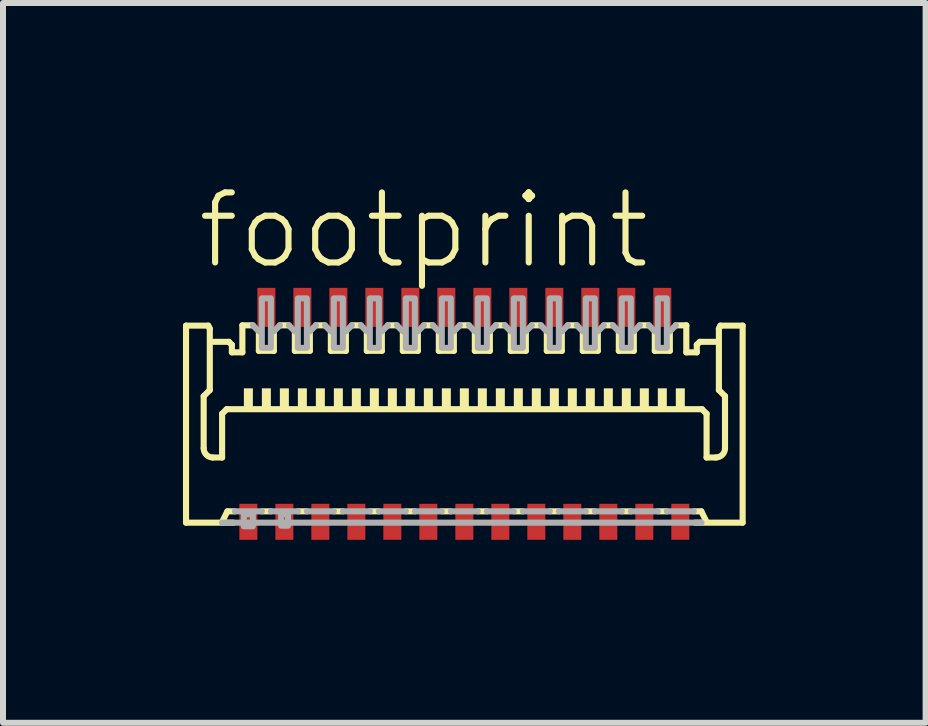
<source format=kicad_pcb>
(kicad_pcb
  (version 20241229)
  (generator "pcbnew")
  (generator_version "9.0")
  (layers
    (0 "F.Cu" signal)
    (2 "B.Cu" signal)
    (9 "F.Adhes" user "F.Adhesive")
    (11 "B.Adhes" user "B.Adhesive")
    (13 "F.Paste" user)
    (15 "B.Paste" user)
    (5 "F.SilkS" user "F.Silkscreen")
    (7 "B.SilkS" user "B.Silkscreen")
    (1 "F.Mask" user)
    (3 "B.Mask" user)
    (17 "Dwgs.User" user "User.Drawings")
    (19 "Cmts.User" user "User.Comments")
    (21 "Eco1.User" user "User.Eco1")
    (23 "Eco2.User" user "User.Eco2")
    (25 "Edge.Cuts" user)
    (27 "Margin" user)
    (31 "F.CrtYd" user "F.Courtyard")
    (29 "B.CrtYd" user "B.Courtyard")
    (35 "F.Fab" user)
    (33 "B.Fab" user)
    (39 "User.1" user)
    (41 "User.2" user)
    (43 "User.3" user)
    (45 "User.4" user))
  (footprint "footprint"
    (layer "F.Cu")
    (at 4.69 3.873)
    (property "Reference" "footprint" (at -4.5 -2.4 0) (layer "F.SilkS") (effects (font (size 1.168 1.168) (thickness 0.102)) (justify left bottom)))
    (fp_poly (pts (xy -3.8 2.125) (xy -3.4 2.125) (xy -3.4 1.425) (xy -3.8 1.425)) (stroke (width 0) (type solid)) (fill yes) (layer "F.Mask"))
    (fp_poly (pts (xy -3.5 -1.425) (xy -3.1 -1.425) (xy -3.1 -2.175) (xy -3.5 -2.175)) (stroke (width 0) (type solid)) (fill yes) (layer "F.Mask"))
    (fp_poly (pts (xy -3.2 2.125) (xy -2.8 2.125) (xy -2.8 1.425) (xy -3.2 1.425)) (stroke (width 0) (type solid)) (fill yes) (layer "F.Mask"))
    (fp_poly (pts (xy -2.9 -1.425) (xy -2.5 -1.425) (xy -2.5 -2.175) (xy -2.9 -2.175)) (stroke (width 0) (type solid)) (fill yes) (layer "F.Mask"))
    (fp_poly (pts (xy -2.6 2.125) (xy -2.2 2.125) (xy -2.2 1.425) (xy -2.6 1.425)) (stroke (width 0) (type solid)) (fill yes) (layer "F.Mask"))
    (fp_poly (pts (xy -2.3 -1.425) (xy -1.9 -1.425) (xy -1.9 -2.175) (xy -2.3 -2.175)) (stroke (width 0) (type solid)) (fill yes) (layer "F.Mask"))
    (fp_poly (pts (xy -2 2.125) (xy -1.6 2.125) (xy -1.6 1.425) (xy -2 1.425)) (stroke (width 0) (type solid)) (fill yes) (layer "F.Mask"))
    (fp_poly (pts (xy -1.7 -1.425) (xy -1.3 -1.425) (xy -1.3 -2.175) (xy -1.7 -2.175)) (stroke (width 0) (type solid)) (fill yes) (layer "F.Mask"))
    (fp_poly (pts (xy -1.4 2.125) (xy -1 2.125) (xy -1 1.425) (xy -1.4 1.425)) (stroke (width 0) (type solid)) (fill yes) (layer "F.Mask"))
    (fp_poly (pts (xy -1.1 -1.425) (xy -0.7 -1.425) (xy -0.7 -2.175) (xy -1.1 -2.175)) (stroke (width 0) (type solid)) (fill yes) (layer "F.Mask"))
    (fp_poly (pts (xy -0.8 2.125) (xy -0.4 2.125) (xy -0.4 1.425) (xy -0.8 1.425)) (stroke (width 0) (type solid)) (fill yes) (layer "F.Mask"))
    (fp_poly (pts (xy -0.5 -1.425) (xy -0.1 -1.425) (xy -0.1 -2.175) (xy -0.5 -2.175)) (stroke (width 0) (type solid)) (fill yes) (layer "F.Mask"))
    (fp_poly (pts (xy -0.2 2.125) (xy 0.2 2.125) (xy 0.2 1.425) (xy -0.2 1.425)) (stroke (width 0) (type solid)) (fill yes) (layer "F.Mask"))
    (fp_poly (pts (xy 0.1 -1.425) (xy 0.5 -1.425) (xy 0.5 -2.175) (xy 0.1 -2.175)) (stroke (width 0) (type solid)) (fill yes) (layer "F.Mask"))
    (fp_poly (pts (xy 0.4 2.125) (xy 0.8 2.125) (xy 0.8 1.425) (xy 0.4 1.425)) (stroke (width 0) (type solid)) (fill yes) (layer "F.Mask"))
    (fp_poly (pts (xy 0.7 -1.425) (xy 1.1 -1.425) (xy 1.1 -2.175) (xy 0.7 -2.175)) (stroke (width 0) (type solid)) (fill yes) (layer "F.Mask"))
    (fp_poly (pts (xy 1 2.125) (xy 1.4 2.125) (xy 1.4 1.425) (xy 1 1.425)) (stroke (width 0) (type solid)) (fill yes) (layer "F.Mask"))
    (fp_poly (pts (xy 1.3 -1.425) (xy 1.7 -1.425) (xy 1.7 -2.175) (xy 1.3 -2.175)) (stroke (width 0) (type solid)) (fill yes) (layer "F.Mask"))
    (fp_poly (pts (xy 1.6 2.125) (xy 2 2.125) (xy 2 1.425) (xy 1.6 1.425)) (stroke (width 0) (type solid)) (fill yes) (layer "F.Mask"))
    (fp_poly (pts (xy 1.9 -1.425) (xy 2.3 -1.425) (xy 2.3 -2.175) (xy 1.9 -2.175)) (stroke (width 0) (type solid)) (fill yes) (layer "F.Mask"))
    (fp_poly (pts (xy 2.2 2.125) (xy 2.6 2.125) (xy 2.6 1.425) (xy 2.2 1.425)) (stroke (width 0) (type solid)) (fill yes) (layer "F.Mask"))
    (fp_poly (pts (xy 2.5 -1.425) (xy 2.9 -1.425) (xy 2.9 -2.175) (xy 2.5 -2.175)) (stroke (width 0) (type solid)) (fill yes) (layer "F.Mask"))
    (fp_poly (pts (xy 2.8 2.125) (xy 3.2 2.125) (xy 3.2 1.425) (xy 2.8 1.425)) (stroke (width 0) (type solid)) (fill yes) (layer "F.Mask"))
    (fp_poly (pts (xy 3.1 -1.425) (xy 3.5 -1.425) (xy 3.5 -2.175) (xy 3.1 -2.175)) (stroke (width 0) (type solid)) (fill yes) (layer "F.Mask"))
    (fp_poly (pts (xy 3.4 2.125) (xy 3.8 2.125) (xy 3.8 1.425) (xy 3.4 1.425)) (stroke (width 0) (type solid)) (fill yes) (layer "F.Mask"))
    (fp_line (start -4.639 -1.495) (end -4.268 -1.495) (stroke (width 0.102) (type solid)) (layer "F.SilkS"))
    (fp_line (start -4.639 1.789) (end -4.639 -1.495) (stroke (width 0.102) (type solid)) (layer "F.SilkS"))
    (fp_line (start -4.345 -0.319) (end -4.345 0.549) (stroke (width 0.102) (type solid)) (layer "F.SilkS"))
    (fp_line (start -4.268 -1.495) (end -4.243 -1.444) (stroke (width 0.102) (type solid)) (layer "F.SilkS"))
    (fp_line (start -4.243 -1.444) (end -4.243 -0.422) (stroke (width 0.102) (type solid)) (layer "F.SilkS"))
    (fp_line (start -4.243 -0.422) (end -4.345 -0.319) (stroke (width 0.102) (type solid)) (layer "F.SilkS"))
    (fp_line (start -4.192 0.703) (end -4.038 0.703) (stroke (width 0.102) (type solid)) (layer "F.SilkS"))
    (fp_line (start -4.175 -1.225) (end -3.925 -1.225) (stroke (width 0.102) (type solid)) (layer "F.SilkS"))
    (fp_line (start -4.038 -0.026) (end -3.962 -0.102) (stroke (width 0.102) (type solid)) (layer "F.SilkS"))
    (fp_line (start -4.038 0.703) (end -4.038 -0.026) (stroke (width 0.102) (type solid)) (layer "F.SilkS"))
    (fp_line (start -4.025 1.751) (end -3.95 1.6) (stroke (width 0.102) (type solid)) (layer "F.SilkS"))
    (fp_line (start -3.95 1.6) (end -3.825 1.6) (stroke (width 0.102) (type solid)) (layer "F.SilkS"))
    (fp_line (start -3.925 -1.225) (end -3.875 -1.175) (stroke (width 0.102) (type solid)) (layer "F.SilkS"))
    (fp_line (start -3.875 -1.175) (end -3.875 -1.05) (stroke (width 0.102) (type solid)) (layer "F.SilkS"))
    (fp_line (start -3.875 -1.05) (end -3.7 -1.05) (stroke (width 0.102) (type solid)) (layer "F.SilkS"))
    (fp_line (start -3.847 1.789) (end -4.639 1.789) (stroke (width 0.102) (type solid)) (layer "F.SilkS"))
    (fp_line (start -3.7 -1.5) (end -3.525 -1.5) (stroke (width 0.102) (type solid)) (layer "F.SilkS"))
    (fp_line (start -3.7 -1.05) (end -3.7 -1.5) (stroke (width 0.102) (type solid)) (layer "F.SilkS"))
    (fp_line (start -3.425 -1.4) (end -3.425 -1.075) (stroke (width 0.102) (type solid)) (layer "F.SilkS"))
    (fp_line (start -3.425 -1.075) (end -3.175 -1.075) (stroke (width 0.102) (type solid)) (layer "F.SilkS"))
    (fp_line (start -3.375 1.6) (end -3.225 1.6) (stroke (width 0.102) (type solid)) (layer "F.SilkS"))
    (fp_line (start -3.175 -1.075) (end -3.175 -1.4) (stroke (width 0.102) (type solid)) (layer "F.SilkS"))
    (fp_line (start -3.075 -1.5) (end -2.925 -1.5) (stroke (width 0.102) (type solid)) (layer "F.SilkS"))
    (fp_line (start -2.825 -1.4) (end -2.825 -1.075) (stroke (width 0.102) (type solid)) (layer "F.SilkS"))
    (fp_line (start -2.825 -1.075) (end -2.575 -1.075) (stroke (width 0.102) (type solid)) (layer "F.SilkS"))
    (fp_line (start -2.775 1.6) (end -2.625 1.6) (stroke (width 0.102) (type solid)) (layer "F.SilkS"))
    (fp_line (start -2.575 -1.075) (end -2.575 -1.4) (stroke (width 0.102) (type solid)) (layer "F.SilkS"))
    (fp_line (start -2.475 -1.5) (end -2.325 -1.5) (stroke (width 0.102) (type solid)) (layer "F.SilkS"))
    (fp_line (start -2.225 -1.4) (end -2.225 -1.075) (stroke (width 0.102) (type solid)) (layer "F.SilkS"))
    (fp_line (start -2.225 -1.075) (end -1.975 -1.075) (stroke (width 0.102) (type solid)) (layer "F.SilkS"))
    (fp_line (start -2.175 1.6) (end -2.025 1.6) (stroke (width 0.102) (type solid)) (layer "F.SilkS"))
    (fp_line (start -1.975 -1.075) (end -1.975 -1.4) (stroke (width 0.102) (type solid)) (layer "F.SilkS"))
    (fp_line (start -1.875 -1.5) (end -1.725 -1.5) (stroke (width 0.102) (type solid)) (layer "F.SilkS"))
    (fp_line (start -1.625 -1.4) (end -1.625 -1.075) (stroke (width 0.102) (type solid)) (layer "F.SilkS"))
    (fp_line (start -1.625 -1.075) (end -1.375 -1.075) (stroke (width 0.102) (type solid)) (layer "F.SilkS"))
    (fp_line (start -1.575 1.6) (end -1.425 1.6) (stroke (width 0.102) (type solid)) (layer "F.SilkS"))
    (fp_line (start -1.375 -1.075) (end -1.375 -1.4) (stroke (width 0.102) (type solid)) (layer "F.SilkS"))
    (fp_line (start -1.275 -1.5) (end -1.125 -1.5) (stroke (width 0.102) (type solid)) (layer "F.SilkS"))
    (fp_line (start -1.025 -1.4) (end -1.025 -1.075) (stroke (width 0.102) (type solid)) (layer "F.SilkS"))
    (fp_line (start -1.025 -1.075) (end -0.775 -1.075) (stroke (width 0.102) (type solid)) (layer "F.SilkS"))
    (fp_line (start -0.975 1.6) (end -0.825 1.6) (stroke (width 0.102) (type solid)) (layer "F.SilkS"))
    (fp_line (start -0.775 -1.075) (end -0.775 -1.4) (stroke (width 0.102) (type solid)) (layer "F.SilkS"))
    (fp_line (start -0.675 -1.5) (end -0.525 -1.5) (stroke (width 0.102) (type solid)) (layer "F.SilkS"))
    (fp_line (start -0.425 -1.4) (end -0.425 -1.075) (stroke (width 0.102) (type solid)) (layer "F.SilkS"))
    (fp_line (start -0.425 -1.075) (end -0.175 -1.075) (stroke (width 0.102) (type solid)) (layer "F.SilkS"))
    (fp_line (start -0.375 1.6) (end -0.225 1.6) (stroke (width 0.102) (type solid)) (layer "F.SilkS"))
    (fp_line (start -0.175 -1.075) (end -0.175 -1.4) (stroke (width 0.102) (type solid)) (layer "F.SilkS"))
    (fp_line (start -0.075 -1.5) (end 0.075 -1.5) (stroke (width 0.102) (type solid)) (layer "F.SilkS"))
    (fp_line (start 0.175 -1.4) (end 0.175 -1.075) (stroke (width 0.102) (type solid)) (layer "F.SilkS"))
    (fp_line (start 0.175 -1.075) (end 0.425 -1.075) (stroke (width 0.102) (type solid)) (layer "F.SilkS"))
    (fp_line (start 0.225 1.6) (end 0.375 1.6) (stroke (width 0.102) (type solid)) (layer "F.SilkS"))
    (fp_line (start 0.425 -1.075) (end 0.425 -1.4) (stroke (width 0.102) (type solid)) (layer "F.SilkS"))
    (fp_line (start 0.525 -1.5) (end 0.675 -1.5) (stroke (width 0.102) (type solid)) (layer "F.SilkS"))
    (fp_line (start 0.775 -1.4) (end 0.775 -1.075) (stroke (width 0.102) (type solid)) (layer "F.SilkS"))
    (fp_line (start 0.775 -1.075) (end 1.025 -1.075) (stroke (width 0.102) (type solid)) (layer "F.SilkS"))
    (fp_line (start 0.825 1.6) (end 0.975 1.6) (stroke (width 0.102) (type solid)) (layer "F.SilkS"))
    (fp_line (start 1.025 -1.075) (end 1.025 -1.4) (stroke (width 0.102) (type solid)) (layer "F.SilkS"))
    (fp_line (start 1.125 -1.5) (end 1.275 -1.5) (stroke (width 0.102) (type solid)) (layer "F.SilkS"))
    (fp_line (start 1.375 -1.4) (end 1.375 -1.075) (stroke (width 0.102) (type solid)) (layer "F.SilkS"))
    (fp_line (start 1.375 -1.075) (end 1.625 -1.075) (stroke (width 0.102) (type solid)) (layer "F.SilkS"))
    (fp_line (start 1.425 1.6) (end 1.575 1.6) (stroke (width 0.102) (type solid)) (layer "F.SilkS"))
    (fp_line (start 1.625 -1.075) (end 1.625 -1.4) (stroke (width 0.102) (type solid)) (layer "F.SilkS"))
    (fp_line (start 1.725 -1.5) (end 1.875 -1.5) (stroke (width 0.102) (type solid)) (layer "F.SilkS"))
    (fp_line (start 1.975 -1.4) (end 1.975 -1.075) (stroke (width 0.102) (type solid)) (layer "F.SilkS"))
    (fp_line (start 1.975 -1.075) (end 2.225 -1.075) (stroke (width 0.102) (type solid)) (layer "F.SilkS"))
    (fp_line (start 2.025 1.6) (end 2.175 1.6) (stroke (width 0.102) (type solid)) (layer "F.SilkS"))
    (fp_line (start 2.225 -1.075) (end 2.225 -1.4) (stroke (width 0.102) (type solid)) (layer "F.SilkS"))
    (fp_line (start 2.325 -1.5) (end 2.475 -1.5) (stroke (width 0.102) (type solid)) (layer "F.SilkS"))
    (fp_line (start 2.575 -1.4) (end 2.575 -1.075) (stroke (width 0.102) (type solid)) (layer "F.SilkS"))
    (fp_line (start 2.575 -1.075) (end 2.825 -1.075) (stroke (width 0.102) (type solid)) (layer "F.SilkS"))
    (fp_line (start 2.625 1.6) (end 2.775 1.6) (stroke (width 0.102) (type solid)) (layer "F.SilkS"))
    (fp_line (start 2.825 -1.075) (end 2.825 -1.4) (stroke (width 0.102) (type solid)) (layer "F.SilkS"))
    (fp_line (start 2.925 -1.5) (end 3.075 -1.5) (stroke (width 0.102) (type solid)) (layer "F.SilkS"))
    (fp_line (start 3.175 -1.4) (end 3.175 -1.075) (stroke (width 0.102) (type solid)) (layer "F.SilkS"))
    (fp_line (start 3.175 -1.075) (end 3.425 -1.075) (stroke (width 0.102) (type solid)) (layer "F.SilkS"))
    (fp_line (start 3.225 1.6) (end 3.375 1.6) (stroke (width 0.102) (type solid)) (layer "F.SilkS"))
    (fp_line (start 3.425 -1.075) (end 3.425 -1.4) (stroke (width 0.102) (type solid)) (layer "F.SilkS"))
    (fp_line (start 3.525 -1.5) (end 3.7 -1.5) (stroke (width 0.102) (type solid)) (layer "F.SilkS"))
    (fp_line (start 3.7 -1.05) (end 3.7 -1.5) (stroke (width 0.102) (type solid)) (layer "F.SilkS"))
    (fp_line (start 3.847 1.789) (end 4.639 1.789) (stroke (width 0.102) (type solid)) (layer "F.SilkS"))
    (fp_line (start 3.875 -1.175) (end 3.875 -1.05) (stroke (width 0.102) (type solid)) (layer "F.SilkS"))
    (fp_line (start 3.875 -1.05) (end 3.7 -1.05) (stroke (width 0.102) (type solid)) (layer "F.SilkS"))
    (fp_line (start 3.925 -1.225) (end 3.875 -1.175) (stroke (width 0.102) (type solid)) (layer "F.SilkS"))
    (fp_line (start 3.95 1.6) (end 3.825 1.6) (stroke (width 0.102) (type solid)) (layer "F.SilkS"))
    (fp_line (start 3.962 -0.102) (end -3.962 -0.102) (stroke (width 0.102) (type solid)) (layer "F.SilkS"))
    (fp_line (start 4.025 1.751) (end 3.95 1.6) (stroke (width 0.102) (type solid)) (layer "F.SilkS"))
    (fp_line (start 4.038 -0.026) (end 3.962 -0.102) (stroke (width 0.102) (type solid)) (layer "F.SilkS"))
    (fp_line (start 4.038 0.703) (end 4.038 -0.026) (stroke (width 0.102) (type solid)) (layer "F.SilkS"))
    (fp_line (start 4.175 -1.225) (end 3.925 -1.225) (stroke (width 0.102) (type solid)) (layer "F.SilkS"))
    (fp_line (start 4.192 0.703) (end 4.038 0.703) (stroke (width 0.102) (type solid)) (layer "F.SilkS"))
    (fp_line (start 4.243 -1.444) (end 4.243 -0.422) (stroke (width 0.102) (type solid)) (layer "F.SilkS"))
    (fp_line (start 4.243 -0.422) (end 4.345 -0.319) (stroke (width 0.102) (type solid)) (layer "F.SilkS"))
    (fp_line (start 4.268 -1.495) (end 4.243 -1.444) (stroke (width 0.102) (type solid)) (layer "F.SilkS"))
    (fp_line (start 4.345 -0.319) (end 4.345 0.549) (stroke (width 0.102) (type solid)) (layer "F.SilkS"))
    (fp_line (start 4.639 -1.495) (end 4.268 -1.495) (stroke (width 0.102) (type solid)) (layer "F.SilkS"))
    (fp_line (start 4.639 1.789) (end 4.639 -1.495) (stroke (width 0.102) (type solid)) (layer "F.SilkS"))
    (fp_arc (start -4.191557 0.702843) (mid -4.299991 0.657929) (end -4.344906 0.549496) (stroke (width 0.1016) (type solid)) (layer "F.SilkS"))
    (fp_arc (start 4.344906 0.549496) (mid 4.299991 0.657929) (end 4.191557 0.702843) (stroke (width 0.1016) (type solid)) (layer "F.SilkS"))
    (fp_poly (pts (xy -3.675 -0.125) (xy -3.525 -0.125) (xy -3.525 -0.45) (xy -3.675 -0.45)) (stroke (width 0) (type solid)) (fill yes) (layer "F.SilkS"))
    (fp_poly (pts (xy -3.375 -0.125) (xy -3.225 -0.125) (xy -3.225 -0.45) (xy -3.375 -0.45)) (stroke (width 0) (type solid)) (fill yes) (layer "F.SilkS"))
    (fp_poly (pts (xy -3.075 -0.125) (xy -2.925 -0.125) (xy -2.925 -0.45) (xy -3.075 -0.45)) (stroke (width 0) (type solid)) (fill yes) (layer "F.SilkS"))
    (fp_poly (pts (xy -2.775 -0.125) (xy -2.625 -0.125) (xy -2.625 -0.45) (xy -2.775 -0.45)) (stroke (width 0) (type solid)) (fill yes) (layer "F.SilkS"))
    (fp_poly (pts (xy -2.475 -0.125) (xy -2.325 -0.125) (xy -2.325 -0.45) (xy -2.475 -0.45)) (stroke (width 0) (type solid)) (fill yes) (layer "F.SilkS"))
    (fp_poly (pts (xy -2.175 -0.125) (xy -2.025 -0.125) (xy -2.025 -0.45) (xy -2.175 -0.45)) (stroke (width 0) (type solid)) (fill yes) (layer "F.SilkS"))
    (fp_poly (pts (xy -1.875 -0.125) (xy -1.725 -0.125) (xy -1.725 -0.45) (xy -1.875 -0.45)) (stroke (width 0) (type solid)) (fill yes) (layer "F.SilkS"))
    (fp_poly (pts (xy -1.575 -0.125) (xy -1.425 -0.125) (xy -1.425 -0.45) (xy -1.575 -0.45)) (stroke (width 0) (type solid)) (fill yes) (layer "F.SilkS"))
    (fp_poly (pts (xy -1.275 -0.125) (xy -1.125 -0.125) (xy -1.125 -0.45) (xy -1.275 -0.45)) (stroke (width 0) (type solid)) (fill yes) (layer "F.SilkS"))
    (fp_poly (pts (xy -0.975 -0.125) (xy -0.825 -0.125) (xy -0.825 -0.45) (xy -0.975 -0.45)) (stroke (width 0) (type solid)) (fill yes) (layer "F.SilkS"))
    (fp_poly (pts (xy -0.675 -0.125) (xy -0.525 -0.125) (xy -0.525 -0.45) (xy -0.675 -0.45)) (stroke (width 0) (type solid)) (fill yes) (layer "F.SilkS"))
    (fp_poly (pts (xy -0.375 -0.125) (xy -0.225 -0.125) (xy -0.225 -0.45) (xy -0.375 -0.45)) (stroke (width 0) (type solid)) (fill yes) (layer "F.SilkS"))
    (fp_poly (pts (xy -0.075 -0.125) (xy 0.075 -0.125) (xy 0.075 -0.45) (xy -0.075 -0.45)) (stroke (width 0) (type solid)) (fill yes) (layer "F.SilkS"))
    (fp_poly (pts (xy 0.225 -0.125) (xy 0.375 -0.125) (xy 0.375 -0.45) (xy 0.225 -0.45)) (stroke (width 0) (type solid)) (fill yes) (layer "F.SilkS"))
    (fp_poly (pts (xy 0.525 -0.125) (xy 0.675 -0.125) (xy 0.675 -0.45) (xy 0.525 -0.45)) (stroke (width 0) (type solid)) (fill yes) (layer "F.SilkS"))
    (fp_poly (pts (xy 0.825 -0.125) (xy 0.975 -0.125) (xy 0.975 -0.45) (xy 0.825 -0.45)) (stroke (width 0) (type solid)) (fill yes) (layer "F.SilkS"))
    (fp_poly (pts (xy 1.125 -0.125) (xy 1.275 -0.125) (xy 1.275 -0.45) (xy 1.125 -0.45)) (stroke (width 0) (type solid)) (fill yes) (layer "F.SilkS"))
    (fp_poly (pts (xy 1.425 -0.125) (xy 1.575 -0.125) (xy 1.575 -0.45) (xy 1.425 -0.45)) (stroke (width 0) (type solid)) (fill yes) (layer "F.SilkS"))
    (fp_poly (pts (xy 1.725 -0.125) (xy 1.875 -0.125) (xy 1.875 -0.45) (xy 1.725 -0.45)) (stroke (width 0) (type solid)) (fill yes) (layer "F.SilkS"))
    (fp_poly (pts (xy 2.025 -0.125) (xy 2.175 -0.125) (xy 2.175 -0.45) (xy 2.025 -0.45)) (stroke (width 0) (type solid)) (fill yes) (layer "F.SilkS"))
    (fp_poly (pts (xy 2.325 -0.125) (xy 2.475 -0.125) (xy 2.475 -0.45) (xy 2.325 -0.45)) (stroke (width 0) (type solid)) (fill yes) (layer "F.SilkS"))
    (fp_poly (pts (xy 2.625 -0.125) (xy 2.775 -0.125) (xy 2.775 -0.45) (xy 2.625 -0.45)) (stroke (width 0) (type solid)) (fill yes) (layer "F.SilkS"))
    (fp_poly (pts (xy 2.925 -0.125) (xy 3.075 -0.125) (xy 3.075 -0.45) (xy 2.925 -0.45)) (stroke (width 0) (type solid)) (fill yes) (layer "F.SilkS"))
    (fp_poly (pts (xy 3.225 -0.125) (xy 3.375 -0.125) (xy 3.375 -0.45) (xy 3.225 -0.45)) (stroke (width 0) (type solid)) (fill yes) (layer "F.SilkS"))
    (fp_poly (pts (xy 3.525 -0.125) (xy 3.675 -0.125) (xy 3.675 -0.45) (xy 3.525 -0.45)) (stroke (width 0) (type solid)) (fill yes) (layer "F.SilkS"))
    (fp_poly (pts (xy -3.725 2.05) (xy -3.475 2.05) (xy -3.475 1.5) (xy -3.725 1.5)) (stroke (width 0) (type solid)) (fill yes) (layer "F.Paste"))
    (fp_poly (pts (xy -3.425 -1.5) (xy -3.175 -1.5) (xy -3.175 -2.1) (xy -3.425 -2.1)) (stroke (width 0) (type solid)) (fill yes) (layer "F.Paste"))
    (fp_poly (pts (xy -3.125 2.05) (xy -2.875 2.05) (xy -2.875 1.5) (xy -3.125 1.5)) (stroke (width 0) (type solid)) (fill yes) (layer "F.Paste"))
    (fp_poly (pts (xy -2.825 -1.5) (xy -2.575 -1.5) (xy -2.575 -2.1) (xy -2.825 -2.1)) (stroke (width 0) (type solid)) (fill yes) (layer "F.Paste"))
    (fp_poly (pts (xy -2.525 2.05) (xy -2.275 2.05) (xy -2.275 1.5) (xy -2.525 1.5)) (stroke (width 0) (type solid)) (fill yes) (layer "F.Paste"))
    (fp_poly (pts (xy -2.225 -1.5) (xy -1.975 -1.5) (xy -1.975 -2.1) (xy -2.225 -2.1)) (stroke (width 0) (type solid)) (fill yes) (layer "F.Paste"))
    (fp_poly (pts (xy -1.925 2.05) (xy -1.675 2.05) (xy -1.675 1.5) (xy -1.925 1.5)) (stroke (width 0) (type solid)) (fill yes) (layer "F.Paste"))
    (fp_poly (pts (xy -1.625 -1.5) (xy -1.375 -1.5) (xy -1.375 -2.1) (xy -1.625 -2.1)) (stroke (width 0) (type solid)) (fill yes) (layer "F.Paste"))
    (fp_poly (pts (xy -1.325 2.05) (xy -1.075 2.05) (xy -1.075 1.5) (xy -1.325 1.5)) (stroke (width 0) (type solid)) (fill yes) (layer "F.Paste"))
    (fp_poly (pts (xy -1.025 -1.5) (xy -0.775 -1.5) (xy -0.775 -2.1) (xy -1.025 -2.1)) (stroke (width 0) (type solid)) (fill yes) (layer "F.Paste"))
    (fp_poly (pts (xy -0.725 2.05) (xy -0.475 2.05) (xy -0.475 1.5) (xy -0.725 1.5)) (stroke (width 0) (type solid)) (fill yes) (layer "F.Paste"))
    (fp_poly (pts (xy -0.425 -1.5) (xy -0.175 -1.5) (xy -0.175 -2.1) (xy -0.425 -2.1)) (stroke (width 0) (type solid)) (fill yes) (layer "F.Paste"))
    (fp_poly (pts (xy -0.125 2.05) (xy 0.125 2.05) (xy 0.125 1.5) (xy -0.125 1.5)) (stroke (width 0) (type solid)) (fill yes) (layer "F.Paste"))
    (fp_poly (pts (xy 0.175 -1.5) (xy 0.425 -1.5) (xy 0.425 -2.1) (xy 0.175 -2.1)) (stroke (width 0) (type solid)) (fill yes) (layer "F.Paste"))
    (fp_poly (pts (xy 0.475 2.05) (xy 0.725 2.05) (xy 0.725 1.5) (xy 0.475 1.5)) (stroke (width 0) (type solid)) (fill yes) (layer "F.Paste"))
    (fp_poly (pts (xy 0.775 -1.5) (xy 1.025 -1.5) (xy 1.025 -2.1) (xy 0.775 -2.1)) (stroke (width 0) (type solid)) (fill yes) (layer "F.Paste"))
    (fp_poly (pts (xy 1.075 2.05) (xy 1.325 2.05) (xy 1.325 1.5) (xy 1.075 1.5)) (stroke (width 0) (type solid)) (fill yes) (layer "F.Paste"))
    (fp_poly (pts (xy 1.375 -1.5) (xy 1.625 -1.5) (xy 1.625 -2.1) (xy 1.375 -2.1)) (stroke (width 0) (type solid)) (fill yes) (layer "F.Paste"))
    (fp_poly (pts (xy 1.675 2.05) (xy 1.925 2.05) (xy 1.925 1.5) (xy 1.675 1.5)) (stroke (width 0) (type solid)) (fill yes) (layer "F.Paste"))
    (fp_poly (pts (xy 1.975 -1.5) (xy 2.225 -1.5) (xy 2.225 -2.1) (xy 1.975 -2.1)) (stroke (width 0) (type solid)) (fill yes) (layer "F.Paste"))
    (fp_poly (pts (xy 2.275 2.05) (xy 2.525 2.05) (xy 2.525 1.5) (xy 2.275 1.5)) (stroke (width 0) (type solid)) (fill yes) (layer "F.Paste"))
    (fp_poly (pts (xy 2.575 -1.5) (xy 2.825 -1.5) (xy 2.825 -2.1) (xy 2.575 -2.1)) (stroke (width 0) (type solid)) (fill yes) (layer "F.Paste"))
    (fp_poly (pts (xy 2.875 2.05) (xy 3.125 2.05) (xy 3.125 1.5) (xy 2.875 1.5)) (stroke (width 0) (type solid)) (fill yes) (layer "F.Paste"))
    (fp_poly (pts (xy 3.175 -1.5) (xy 3.425 -1.5) (xy 3.425 -2.1) (xy 3.175 -2.1)) (stroke (width 0) (type solid)) (fill yes) (layer "F.Paste"))
    (fp_poly (pts (xy 3.475 2.05) (xy 3.725 2.05) (xy 3.725 1.5) (xy 3.475 1.5)) (stroke (width 0) (type solid)) (fill yes) (layer "F.Paste"))
    (fp_line (start -3.825 1.6) (end -3.375 1.6) (stroke (width 0.102) (type solid)) (layer "F.Fab"))
    (fp_line (start -3.525 -1.5) (end -3.425 -1.4) (stroke (width 0.102) (type solid)) (layer "F.Fab"))
    (fp_line (start -3.225 1.6) (end -2.775 1.6) (stroke (width 0.102) (type solid)) (layer "F.Fab"))
    (fp_line (start -3.175 -1.4) (end -3.075 -1.5) (stroke (width 0.102) (type solid)) (layer "F.Fab"))
    (fp_line (start -2.925 -1.5) (end -2.825 -1.4) (stroke (width 0.102) (type solid)) (layer "F.Fab"))
    (fp_line (start -2.625 1.6) (end -2.175 1.6) (stroke (width 0.102) (type solid)) (layer "F.Fab"))
    (fp_line (start -2.575 -1.4) (end -2.475 -1.5) (stroke (width 0.102) (type solid)) (layer "F.Fab"))
    (fp_line (start -2.325 -1.5) (end -2.225 -1.4) (stroke (width 0.102) (type solid)) (layer "F.Fab"))
    (fp_line (start -2.025 1.6) (end -1.575 1.6) (stroke (width 0.102) (type solid)) (layer "F.Fab"))
    (fp_line (start -1.975 -1.4) (end -1.875 -1.5) (stroke (width 0.102) (type solid)) (layer "F.Fab"))
    (fp_line (start -1.725 -1.5) (end -1.625 -1.4) (stroke (width 0.102) (type solid)) (layer "F.Fab"))
    (fp_line (start -1.425 1.6) (end -0.975 1.6) (stroke (width 0.102) (type solid)) (layer "F.Fab"))
    (fp_line (start -1.375 -1.4) (end -1.275 -1.5) (stroke (width 0.102) (type solid)) (layer "F.Fab"))
    (fp_line (start -1.125 -1.5) (end -1.025 -1.4) (stroke (width 0.102) (type solid)) (layer "F.Fab"))
    (fp_line (start -0.825 1.6) (end -0.375 1.6) (stroke (width 0.102) (type solid)) (layer "F.Fab"))
    (fp_line (start -0.775 -1.4) (end -0.675 -1.5) (stroke (width 0.102) (type solid)) (layer "F.Fab"))
    (fp_line (start -0.525 -1.5) (end -0.425 -1.4) (stroke (width 0.102) (type solid)) (layer "F.Fab"))
    (fp_line (start -0.225 1.6) (end 0.225 1.6) (stroke (width 0.102) (type solid)) (layer "F.Fab"))
    (fp_line (start -0.175 -1.4) (end -0.075 -1.5) (stroke (width 0.102) (type solid)) (layer "F.Fab"))
    (fp_line (start 0.075 -1.5) (end 0.175 -1.4) (stroke (width 0.102) (type solid)) (layer "F.Fab"))
    (fp_line (start 0.375 1.6) (end 0.825 1.6) (stroke (width 0.102) (type solid)) (layer "F.Fab"))
    (fp_line (start 0.425 -1.4) (end 0.525 -1.5) (stroke (width 0.102) (type solid)) (layer "F.Fab"))
    (fp_line (start 0.675 -1.5) (end 0.775 -1.4) (stroke (width 0.102) (type solid)) (layer "F.Fab"))
    (fp_line (start 0.975 1.6) (end 1.425 1.6) (stroke (width 0.102) (type solid)) (layer "F.Fab"))
    (fp_line (start 1.025 -1.4) (end 1.125 -1.5) (stroke (width 0.102) (type solid)) (layer "F.Fab"))
    (fp_line (start 1.275 -1.5) (end 1.375 -1.4) (stroke (width 0.102) (type solid)) (layer "F.Fab"))
    (fp_line (start 1.575 1.6) (end 2.025 1.6) (stroke (width 0.102) (type solid)) (layer "F.Fab"))
    (fp_line (start 1.625 -1.4) (end 1.725 -1.5) (stroke (width 0.102) (type solid)) (layer "F.Fab"))
    (fp_line (start 1.875 -1.5) (end 1.975 -1.4) (stroke (width 0.102) (type solid)) (layer "F.Fab"))
    (fp_line (start 2.175 1.6) (end 2.625 1.6) (stroke (width 0.102) (type solid)) (layer "F.Fab"))
    (fp_line (start 2.225 -1.4) (end 2.325 -1.5) (stroke (width 0.102) (type solid)) (layer "F.Fab"))
    (fp_line (start 2.475 -1.5) (end 2.575 -1.4) (stroke (width 0.102) (type solid)) (layer "F.Fab"))
    (fp_line (start 2.775 1.6) (end 3.225 1.6) (stroke (width 0.102) (type solid)) (layer "F.Fab"))
    (fp_line (start 2.825 -1.4) (end 2.925 -1.5) (stroke (width 0.102) (type solid)) (layer "F.Fab"))
    (fp_line (start 3.075 -1.5) (end 3.175 -1.4) (stroke (width 0.102) (type solid)) (layer "F.Fab"))
    (fp_line (start 3.375 1.6) (end 3.825 1.6) (stroke (width 0.102) (type solid)) (layer "F.Fab"))
    (fp_line (start 3.425 -1.4) (end 3.525 -1.5) (stroke (width 0.102) (type solid)) (layer "F.Fab"))
    (fp_line (start 3.953 1.789) (end -4.039 1.789) (stroke (width 0.102) (type solid)) (layer "F.Fab"))
    (fp_poly (pts (xy -3.675 1.85) (xy -3.525 1.85) (xy -3.525 1.648) (xy -3.675 1.648)) (stroke (width 0.1) (type solid)) (fill no) (layer "F.Fab"))
    (fp_poly (pts (xy -3.375 -1.125) (xy -3.225 -1.125) (xy -3.225 -1.95) (xy -3.375 -1.95)) (stroke (width 0.1) (type solid)) (fill no) (layer "F.Fab"))
    (fp_poly (pts (xy -3.054 1.84) (xy -2.939 1.84) (xy -2.939 1.648) (xy -3.054 1.648)) (stroke (width 0.1) (type solid)) (fill no) (layer "F.Fab"))
    (fp_poly (pts (xy -2.775 -1.125) (xy -2.625 -1.125) (xy -2.625 -1.95) (xy -2.775 -1.95)) (stroke (width 0.1) (type solid)) (fill no) (layer "F.Fab"))
    (fp_poly (pts (xy -2.175 -1.125) (xy -2.025 -1.125) (xy -2.025 -1.95) (xy -2.175 -1.95)) (stroke (width 0.1) (type solid)) (fill no) (layer "F.Fab"))
    (fp_poly (pts (xy -1.575 -1.125) (xy -1.425 -1.125) (xy -1.425 -1.95) (xy -1.575 -1.95)) (stroke (width 0.1) (type solid)) (fill no) (layer "F.Fab"))
    (fp_poly (pts (xy -0.975 -1.125) (xy -0.825 -1.125) (xy -0.825 -1.95) (xy -0.975 -1.95)) (stroke (width 0.1) (type solid)) (fill no) (layer "F.Fab"))
    (fp_poly (pts (xy -0.375 -1.125) (xy -0.225 -1.125) (xy -0.225 -1.95) (xy -0.375 -1.95)) (stroke (width 0.1) (type solid)) (fill no) (layer "F.Fab"))
    (fp_poly (pts (xy 0.225 -1.125) (xy 0.375 -1.125) (xy 0.375 -1.95) (xy 0.225 -1.95)) (stroke (width 0.1) (type solid)) (fill no) (layer "F.Fab"))
    (fp_poly (pts (xy 0.825 -1.125) (xy 0.975 -1.125) (xy 0.975 -1.95) (xy 0.825 -1.95)) (stroke (width 0.1) (type solid)) (fill no) (layer "F.Fab"))
    (fp_poly (pts (xy 1.425 -1.125) (xy 1.575 -1.125) (xy 1.575 -1.95) (xy 1.425 -1.95)) (stroke (width 0.1) (type solid)) (fill no) (layer "F.Fab"))
    (fp_poly (pts (xy 2.025 -1.125) (xy 2.175 -1.125) (xy 2.175 -1.95) (xy 2.025 -1.95)) (stroke (width 0.1) (type solid)) (fill no) (layer "F.Fab"))
    (fp_poly (pts (xy 2.625 -1.125) (xy 2.775 -1.125) (xy 2.775 -1.95) (xy 2.625 -1.95)) (stroke (width 0.1) (type solid)) (fill no) (layer "F.Fab"))
    (fp_poly (pts (xy 3.225 -1.125) (xy 3.375 -1.125) (xy 3.375 -1.95) (xy 3.225 -1.95)) (stroke (width 0.1) (type solid)) (fill no) (layer "F.Fab"))
    (pad "1" smd rect (at -3.6 1.775) (size 0.3 0.6) (layers "F.Cu"))
    (pad "2" smd rect (at -3.3 -1.8) (size 0.3 0.65) (layers "F.Cu"))
    (pad "3" smd rect (at -3 1.775) (size 0.3 0.6) (layers "F.Cu"))
    (pad "4" smd rect (at -2.7 -1.8) (size 0.3 0.65) (layers "F.Cu"))
    (pad "5" smd rect (at -2.4 1.775) (size 0.3 0.6) (layers "F.Cu"))
    (pad "6" smd rect (at -2.1 -1.8) (size 0.3 0.65) (layers "F.Cu"))
    (pad "7" smd rect (at -1.8 1.775) (size 0.3 0.6) (layers "F.Cu"))
    (pad "8" smd rect (at -1.5 -1.8) (size 0.3 0.65) (layers "F.Cu"))
    (pad "9" smd rect (at -1.2 1.775) (size 0.3 0.6) (layers "F.Cu"))
    (pad "10" smd rect (at -0.9 -1.8) (size 0.3 0.65) (layers "F.Cu"))
    (pad "11" smd rect (at -0.6 1.775) (size 0.3 0.6) (layers "F.Cu"))
    (pad "12" smd rect (at -0.3 -1.8) (size 0.3 0.65) (layers "F.Cu"))
    (pad "13" smd rect (at 0 1.775) (size 0.3 0.6) (layers "F.Cu"))
    (pad "14" smd rect (at 0.3 -1.8) (size 0.3 0.65) (layers "F.Cu"))
    (pad "15" smd rect (at 0.6 1.775) (size 0.3 0.6) (layers "F.Cu"))
    (pad "16" smd rect (at 0.9 -1.8) (size 0.3 0.65) (layers "F.Cu"))
    (pad "17" smd rect (at 1.2 1.775) (size 0.3 0.6) (layers "F.Cu"))
    (pad "18" smd rect (at 1.5 -1.8) (size 0.3 0.65) (layers "F.Cu"))
    (pad "19" smd rect (at 1.8 1.775) (size 0.3 0.6) (layers "F.Cu"))
    (pad "20" smd rect (at 2.1 -1.8) (size 0.3 0.65) (layers "F.Cu"))
    (pad "21" smd rect (at 2.4 1.775) (size 0.3 0.6) (layers "F.Cu"))
    (pad "22" smd rect (at 2.7 -1.8) (size 0.3 0.65) (layers "F.Cu"))
    (pad "23" smd rect (at 3 1.775) (size 0.3 0.6) (layers "F.Cu"))
    (pad "24" smd rect (at 3.3 -1.8) (size 0.3 0.65) (layers "F.Cu"))
    (pad "25" smd rect (at 3.6 1.775) (size 0.3 0.6) (layers "F.Cu")))
  (gr_rect
    (start -3 -3)
    (end 12.379 8.998)
    (stroke (width 0.1) (type default))
    (fill no)
    (layer "Edge.Cuts")))
</source>
